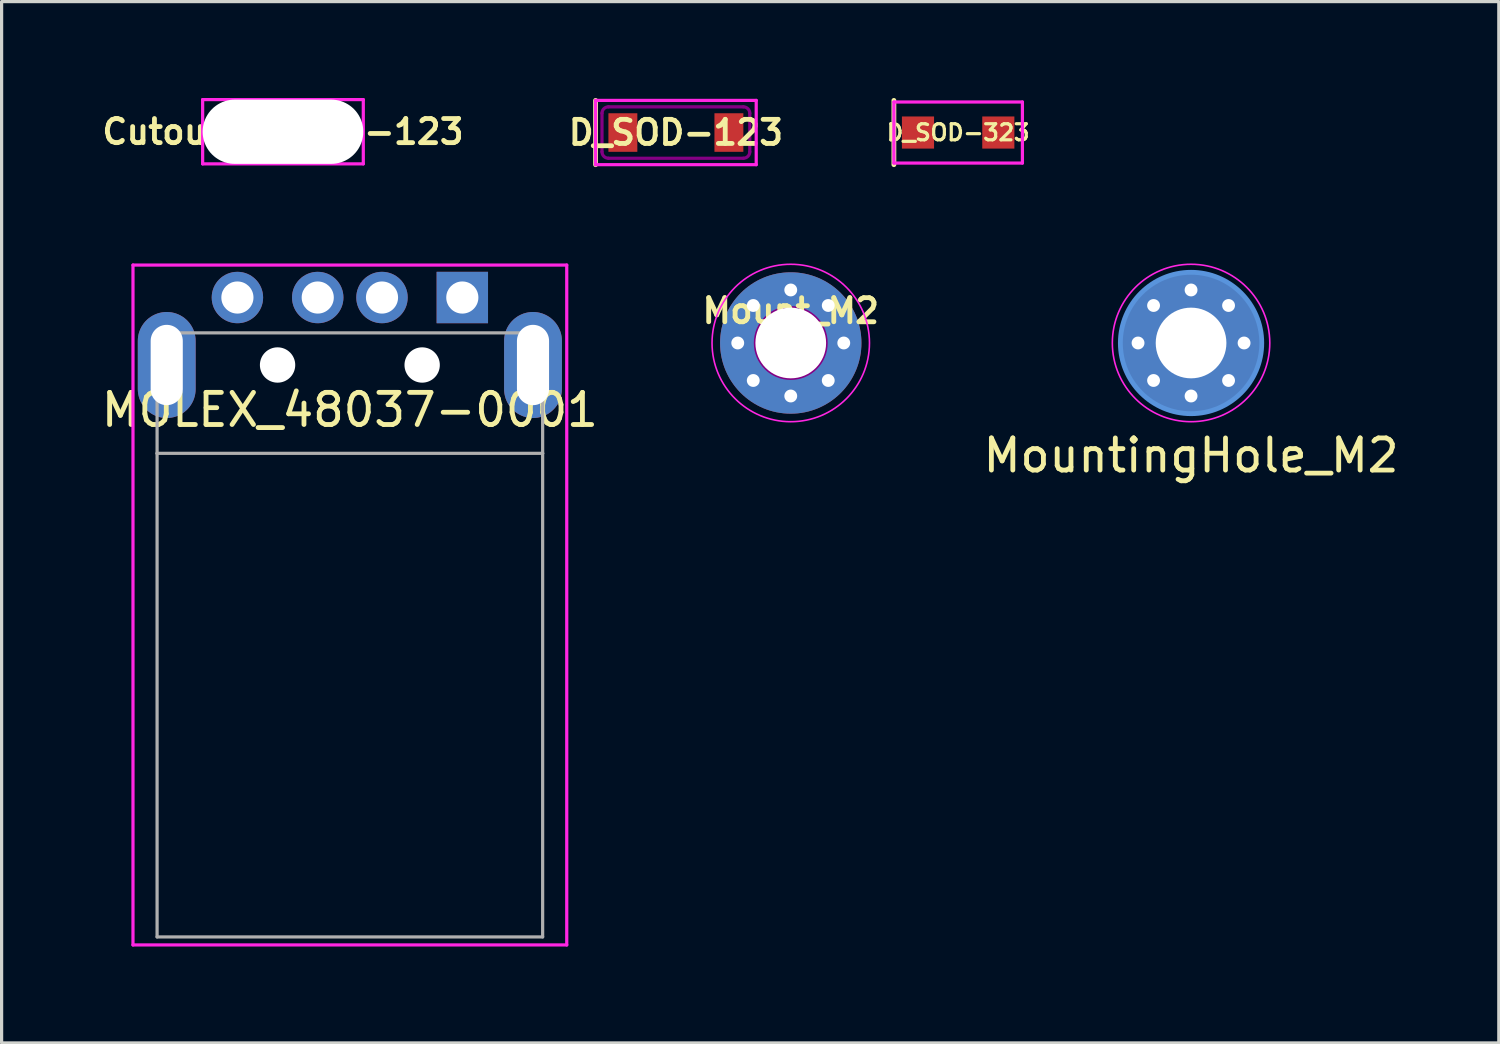
<source format=kicad_pcb>
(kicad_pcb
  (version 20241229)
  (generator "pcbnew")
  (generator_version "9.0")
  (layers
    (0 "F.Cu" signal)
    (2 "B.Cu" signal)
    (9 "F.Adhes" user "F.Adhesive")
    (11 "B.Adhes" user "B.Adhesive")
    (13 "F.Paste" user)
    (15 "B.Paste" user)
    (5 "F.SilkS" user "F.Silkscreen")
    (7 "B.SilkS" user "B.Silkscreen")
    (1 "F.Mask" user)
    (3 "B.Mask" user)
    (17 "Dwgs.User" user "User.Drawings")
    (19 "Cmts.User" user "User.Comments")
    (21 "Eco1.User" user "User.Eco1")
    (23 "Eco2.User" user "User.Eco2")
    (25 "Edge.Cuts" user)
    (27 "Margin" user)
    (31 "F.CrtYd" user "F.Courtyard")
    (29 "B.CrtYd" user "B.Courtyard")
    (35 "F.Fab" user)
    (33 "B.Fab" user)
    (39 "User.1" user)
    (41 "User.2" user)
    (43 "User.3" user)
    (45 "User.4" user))
  (footprint "Cutout-D_SOD-123"
    (layer "F.Cu")
    (at 5.757 1.05)
    (property "Reference" "Cutout-D_SOD-123" (at 0 0 0) (layer "F.SilkS") (effects (font (size 0.75 0.75) (thickness 0.15))))
    (attr through_hole)
    (fp_line (start -2.5 -1) (end -2.5 1) (stroke (width 0.1) (type solid)) (layer "F.CrtYd"))
    (fp_line (start -2.5 1) (end 2.5 1) (stroke (width 0.1) (type solid)) (layer "F.CrtYd"))
    (fp_line (start 2.5 -1) (end -2.5 -1) (stroke (width 0.1) (type solid)) (layer "F.CrtYd"))
    (fp_line (start 2.5 1) (end 2.5 -1) (stroke (width 0.1) (type solid)) (layer "F.CrtYd"))
    (pad "" np_thru_hole oval (at 0 0) (size 5 2) (drill oval 5 2) (layers "*.Cu" "*.Mask")))
  (footprint "D_SOD-323"
    (layer "F.Cu")
    (at 26.771 1.075)
    (property "Reference" "D_SOD-323" (at 0 0 0) (layer "F.SilkS") (effects (font (size 0.5 0.5) (thickness 0.1))))
    (attr smd)
    (fp_line (start -2 -1) (end -2 1) (stroke (width 0.15) (type solid)) (layer "F.SilkS"))
    (fp_line (start -2 -0.95) (end -2 0.95) (stroke (width 0.1) (type solid)) (layer "F.CrtYd"))
    (fp_line (start -2 -0.95) (end 2 -0.95) (stroke (width 0.1) (type solid)) (layer "F.CrtYd"))
    (fp_line (start -2 0.95) (end 2 0.95) (stroke (width 0.1) (type solid)) (layer "F.CrtYd"))
    (fp_line (start 2 -0.95) (end 2 0.95) (stroke (width 0.1) (type solid)) (layer "F.CrtYd"))
    (pad "1" smd rect (at -1.25 0) (size 1 1) (layers "F.Cu" "F.Mask" "F.Paste"))
    (pad "2" smd rect (at 1.25 0) (size 1 1) (layers "F.Cu" "F.Mask" "F.Paste")))
  (footprint "Mount_M2"
    (layer "F.Cu")
    (at 21.561 7.625)
    (property "Reference" "Mount_M2" (at 0 -1 0) (layer "F.SilkS") (effects (font (size 0.75 0.75) (thickness 0.15))))
    (attr exclude_from_pos_files exclude_from_bom)
    (fp_circle (center 0 0) (end 1.1 0) (stroke (width 0.1) (type solid)) (fill no) (layer "F.Adhes"))
    (fp_circle (center 0 0) (end 1.1 0) (stroke (width 0.1) (type solid)) (fill no) (layer "B.Adhes"))
    (fp_circle (center 0 0) (end 2.45 0) (stroke (width 0.05) (type solid)) (fill no) (layer "F.CrtYd"))
    (pad "1" thru_hole circle (at -1.65 0) (size 0.7 0.7) (drill 0.4) (layers "*.Cu" "*.Mask"))
    (pad "1" thru_hole circle (at -1.167 -1.167) (size 0.7 0.7) (drill 0.4) (layers "*.Cu" "*.Mask"))
    (pad "1" thru_hole circle (at -1.167 1.167) (size 0.7 0.7) (drill 0.4) (layers "*.Cu" "*.Mask"))
    (pad "1" thru_hole circle (at 0 -1.65) (size 0.7 0.7) (drill 0.4) (layers "*.Cu" "*.Mask"))
    (pad "1" thru_hole circle (at 0 0) (size 4.4 4.4) (drill 2.2) (layers "*.Cu" "*.Mask"))
    (pad "1" thru_hole circle (at 0 1.65) (size 0.7 0.7) (drill 0.4) (layers "*.Cu" "*.Mask"))
    (pad "1" thru_hole circle (at 1.167 -1.167) (size 0.7 0.7) (drill 0.4) (layers "*.Cu" "*.Mask"))
    (pad "1" thru_hole circle (at 1.167 1.167) (size 0.7 0.7) (drill 0.4) (layers "*.Cu" "*.Mask"))
    (pad "1" thru_hole circle (at 1.65 0) (size 0.7 0.7) (drill 0.4) (layers "*.Cu" "*.Mask")))
  (footprint "D_SOD-123"
    (layer "F.Cu")
    (at 17.986 1.075)
    (property "Reference" "D_SOD-123" (at 0 0 0) (layer "F.SilkS") (effects (font (size 0.75 0.75) (thickness 0.15))))
    (attr through_hole)
    (fp_line (start -2.5 -1) (end -2.5 1) (stroke (width 0.15) (type solid)) (layer "F.SilkS"))
    (fp_line (start -2.3 -0.6) (end -2.3 0.6) (stroke (width 0.1) (type solid)) (layer "F.Adhes"))
    (fp_line (start -2.1 0.8) (end 2.1 0.8) (stroke (width 0.1) (type solid)) (layer "F.Adhes"))
    (fp_line (start 2.1 -0.8) (end -2.1 -0.8) (stroke (width 0.1) (type solid)) (layer "F.Adhes"))
    (fp_line (start 2.3 -0.6) (end 2.3 0.6) (stroke (width 0.1) (type solid)) (layer "F.Adhes"))
    (fp_arc (start -2.3 -0.6) (mid -2.241421 -0.741421) (end -2.1 -0.8) (stroke (width 0.1) (type solid)) (layer "F.Adhes"))
    (fp_arc (start -2.1 0.8) (mid -2.241421 0.741421) (end -2.3 0.6) (stroke (width 0.1) (type solid)) (layer "F.Adhes"))
    (fp_arc (start 2.1 -0.8) (mid 2.241421 -0.741421) (end 2.3 -0.6) (stroke (width 0.1) (type solid)) (layer "F.Adhes"))
    (fp_arc (start 2.3 0.6) (mid 2.241421 0.741421) (end 2.1 0.8) (stroke (width 0.1) (type solid)) (layer "F.Adhes"))
    (fp_line (start -2.5 -1) (end -2.5 1) (stroke (width 0.1) (type solid)) (layer "F.CrtYd"))
    (fp_line (start -2.5 1) (end 2.5 1) (stroke (width 0.1) (type solid)) (layer "F.CrtYd"))
    (fp_line (start 2.5 -1) (end -2.5 -1) (stroke (width 0.1) (type solid)) (layer "F.CrtYd"))
    (fp_line (start 2.5 1) (end 2.5 -1) (stroke (width 0.1) (type solid)) (layer "F.CrtYd"))
    (pad "1" smd rect (at -1.65 0) (size 0.9 1.2) (layers "F.Cu" "F.Mask" "F.Paste"))
    (pad "2" smd rect (at 1.65 0) (size 0.9 1.2) (layers "F.Cu" "F.Mask" "F.Paste")))
  (footprint "MOLEX_48037-0001"
    (layer "F.Cu")
    (at 7.839 11.06)
    (property "Reference" "MOLEX_48037-0001" (at 0 -1.353 0) (layer "F.SilkS") (effects (font (size 1 1) (thickness 0.15))))
    (attr through_hole)
    (fp_line (start -6.75 -5.86) (end -6.75 15.3) (stroke (width 0.1) (type solid)) (layer "F.CrtYd"))
    (fp_line (start -6.75 15.3) (end 6.75 15.3) (stroke (width 0.1) (type solid)) (layer "F.CrtYd"))
    (fp_line (start 6.75 -5.86) (end -6.75 -5.86) (stroke (width 0.1) (type solid)) (layer "F.CrtYd"))
    (fp_line (start 6.75 15.3) (end 6.75 -5.86) (stroke (width 0.1) (type solid)) (layer "F.CrtYd"))
    (fp_line (start -6 -3.75) (end -6 0) (stroke (width 0.1) (type solid)) (layer "F.Fab"))
    (fp_line (start -6 0) (end -6 15.05) (stroke (width 0.1) (type solid)) (layer "F.Fab"))
    (fp_line (start -6 0) (end 6 0) (stroke (width 0.1) (type solid)) (layer "F.Fab"))
    (fp_line (start -6 15.05) (end 6 15.05) (stroke (width 0.1) (type solid)) (layer "F.Fab"))
    (fp_line (start 6 -3.75) (end -6 -3.75) (stroke (width 0.1) (type solid)) (layer "F.Fab"))
    (fp_line (start 6 0) (end 6 -3.75) (stroke (width 0.1) (type solid)) (layer "F.Fab"))
    (fp_line (start 6 15.05) (end 6 0) (stroke (width 0.1) (type solid)) (layer "F.Fab"))
    (pad "" np_thru_hole circle (at -2.25 -2.75) (size 1.1 1.1) (drill 1.1) (layers "*.Cu" "*.Mask"))
    (pad "" np_thru_hole circle (at 2.25 -2.75) (size 1.1 1.1) (drill 1.1) (layers "*.Cu" "*.Mask"))
    (pad "1" thru_hole rect (at 3.5 -4.85) (size 1.6 1.6) (drill 1) (layers "*.Cu" "*.Mask"))
    (pad "2" thru_hole circle (at 1 -4.85) (size 1.6 1.6) (drill 1) (layers "*.Cu" "*.Mask"))
    (pad "3" thru_hole circle (at -1 -4.85) (size 1.6 1.6) (drill 1) (layers "*.Cu" "*.Mask"))
    (pad "4" thru_hole circle (at -3.5 -4.85) (size 1.6 1.6) (drill 1) (layers "*.Cu" "*.Mask"))
    (pad "5" thru_hole oval (at -5.7 -2.75) (size 1.8 3.3) (drill oval 1 2.5) (layers "*.Cu" "*.Mask"))
    (pad "5" thru_hole oval (at 5.7 -2.75) (size 1.8 3.3) (drill oval 1 2.5) (layers "*.Cu" "*.Mask")))
  (footprint "MountingHole_M2"
    (layer "F.Cu")
    (at 34.02 7.625)
    (property "Reference" "MountingHole_M2" (at 0 3.5 0) (layer "F.SilkS") (effects (font (size 1 1) (thickness 0.15))))
    (attr exclude_from_pos_files exclude_from_bom)
    (fp_circle (center 0 0) (end 2.2 0) (stroke (width 0.15) (type solid)) (fill no) (layer "Cmts.User"))
    (fp_circle (center 0 0) (end 2.45 0) (stroke (width 0.05) (type solid)) (fill no) (layer "F.CrtYd"))
    (pad "1" thru_hole circle (at -1.65 0) (size 0.7 0.7) (drill 0.4) (layers "*.Cu" "*.Mask"))
    (pad "1" thru_hole circle (at -1.167 -1.167) (size 0.7 0.7) (drill 0.4) (layers "*.Cu" "*.Mask"))
    (pad "1" thru_hole circle (at -1.167 1.167) (size 0.7 0.7) (drill 0.4) (layers "*.Cu" "*.Mask"))
    (pad "1" thru_hole circle (at 0 -1.65) (size 0.7 0.7) (drill 0.4) (layers "*.Cu" "*.Mask"))
    (pad "1" thru_hole circle (at 0 0) (size 4.4 4.4) (drill 2.2) (layers "*.Cu" "*.Mask"))
    (pad "1" thru_hole circle (at 0 1.65) (size 0.7 0.7) (drill 0.4) (layers "*.Cu" "*.Mask"))
    (pad "1" thru_hole circle (at 1.167 -1.167) (size 0.7 0.7) (drill 0.4) (layers "*.Cu" "*.Mask"))
    (pad "1" thru_hole circle (at 1.167 1.167) (size 0.7 0.7) (drill 0.4) (layers "*.Cu" "*.Mask"))
    (pad "1" thru_hole circle (at 1.65 0) (size 0.7 0.7) (drill 0.4) (layers "*.Cu" "*.Mask")))
  (gr_rect
    (start -3 -3)
    (end 43.598 29.41)
    (stroke (width 0.1) (type default))
    (fill no)
    (layer "Edge.Cuts")))
</source>
